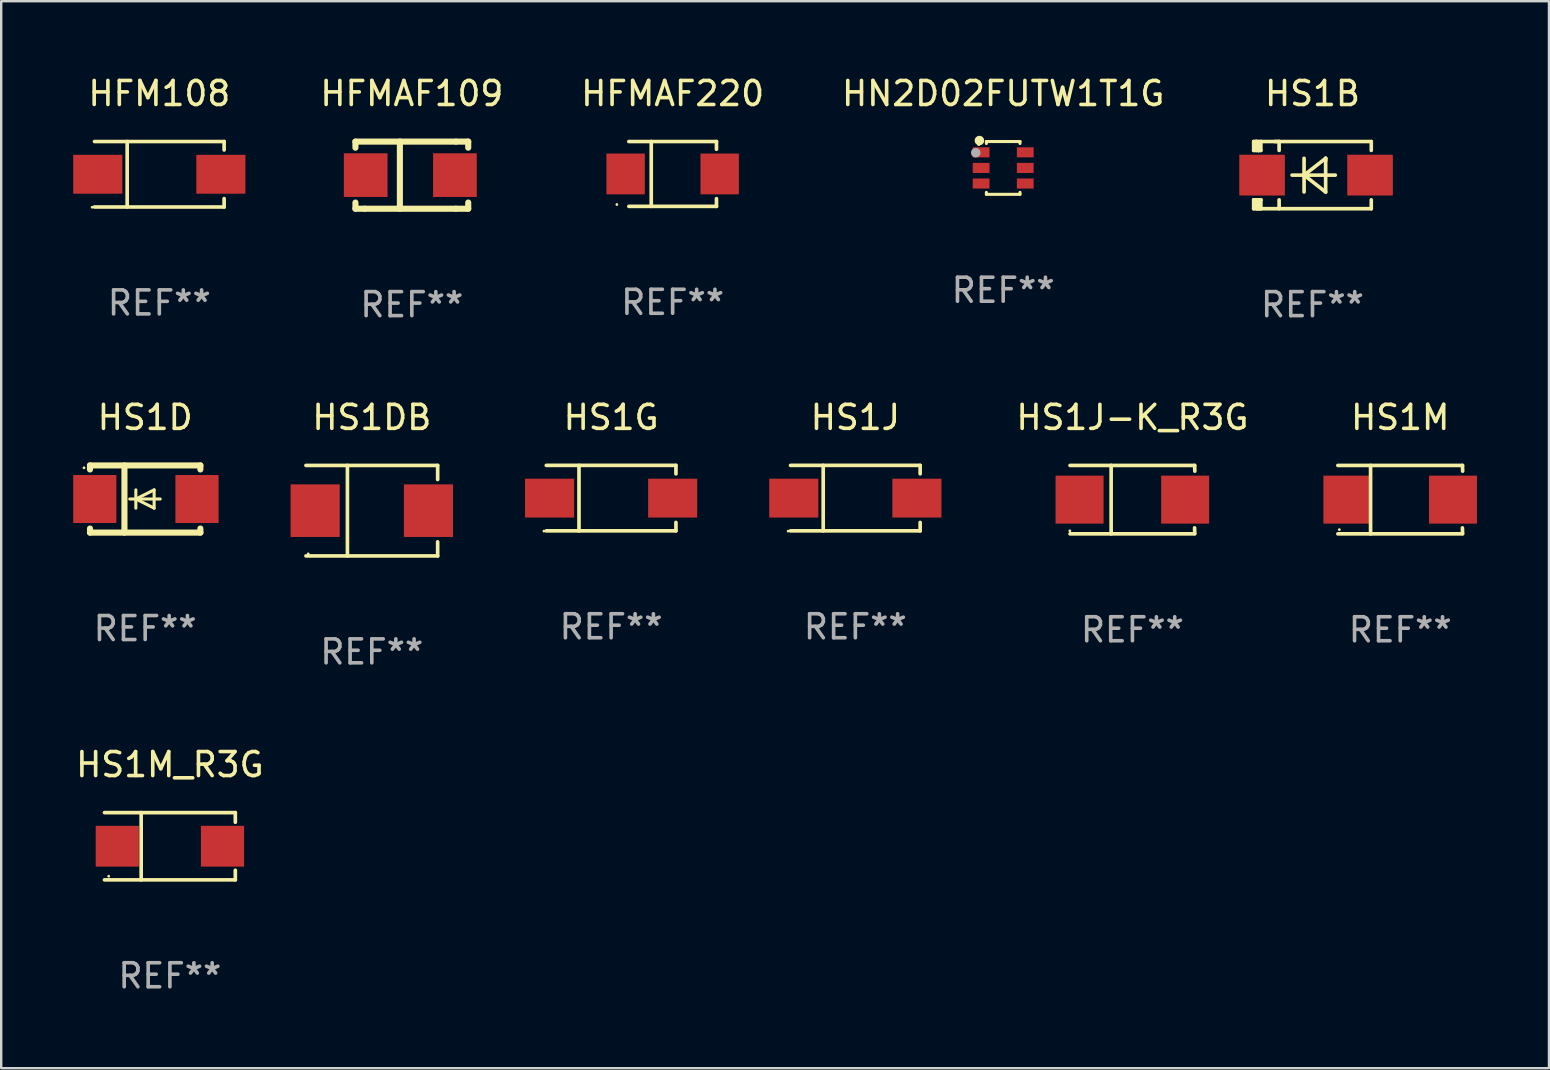
<source format=kicad_pcb>
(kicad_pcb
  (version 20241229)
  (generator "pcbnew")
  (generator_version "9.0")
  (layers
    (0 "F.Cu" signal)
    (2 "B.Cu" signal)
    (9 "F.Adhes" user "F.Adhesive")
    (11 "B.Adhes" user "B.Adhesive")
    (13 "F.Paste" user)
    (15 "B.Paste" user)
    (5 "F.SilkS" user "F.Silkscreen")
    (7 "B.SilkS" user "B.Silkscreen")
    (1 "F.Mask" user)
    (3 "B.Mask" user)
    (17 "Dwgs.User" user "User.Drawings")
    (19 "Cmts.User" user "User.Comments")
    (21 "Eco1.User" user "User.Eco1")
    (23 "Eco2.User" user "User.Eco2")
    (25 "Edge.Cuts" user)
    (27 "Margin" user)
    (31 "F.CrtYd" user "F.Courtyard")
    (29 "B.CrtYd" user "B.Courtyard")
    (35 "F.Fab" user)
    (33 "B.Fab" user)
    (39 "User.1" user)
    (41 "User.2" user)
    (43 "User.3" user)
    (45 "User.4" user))
  (footprint "HFMAF220"
    (layer "F.Cu")
    (at 24.981 4.199)
    (property "Reference" "HFMAF220" (at 0 -3.351 0) (layer "F.SilkS") (effects (font (size 1 1) (thickness 0.15))))
    (attr through_hole)
    (fp_line (start -1.826 -1.351) (end 1.826 -1.351) (stroke (width 0.152) (type solid)) (layer "F.SilkS"))
    (fp_line (start -1.826 1.351) (end 1.826 1.351) (stroke (width 0.152) (type solid)) (layer "F.SilkS"))
    (fp_line (start -0.892 -1.351) (end -0.892 1.351) (stroke (width 0.152) (type solid)) (layer "F.SilkS"))
    (fp_line (start 1.826 -1.351) (end 1.826 -1.03) (stroke (width 0.152) (type solid)) (layer "F.SilkS"))
    (fp_line (start 1.826 1.03) (end 1.826 1.351) (stroke (width 0.152) (type solid)) (layer "F.SilkS"))
    (fp_circle (center -2.325 1.275) (end -2.295 1.275) (stroke (width 0.06) (type solid)) (fill no) (layer "F.SilkS"))
    (fp_text user "REF**" (at 0 5.351 0) (layer "F.Fab") (effects (font (size 1 1) (thickness 0.15))))
    (pad "1" smd rect (at -1.96 0 180) (size 1.6 1.7) (layers "F.Cu" "F.Mask" "F.Paste"))
    (pad "2" smd rect (at 1.96 0 180) (size 1.6 1.7) (layers "F.Cu" "F.Mask" "F.Paste")))
  (footprint "HS1M"
    (layer "F.Cu")
    (at 55.302 17.771)
    (property "Reference" "HS1M" (at 0 -3.426 0) (layer "F.SilkS") (effects (font (size 1 1) (thickness 0.15))))
    (attr through_hole)
    (fp_line (start -2.6 -1.426) (end 2.593 -1.426) (stroke (width 0.152) (type solid)) (layer "F.SilkS"))
    (fp_line (start -2.6 1.426) (end 2.593 1.426) (stroke (width 0.152) (type solid)) (layer "F.SilkS"))
    (fp_line (start -1.237 -1.426) (end -1.237 1.426) (stroke (width 0.152) (type solid)) (layer "F.SilkS"))
    (fp_line (start 2.59 1.176) (end 2.597 1.415) (stroke (width 0.152) (type solid)) (layer "F.SilkS"))
    (fp_line (start 2.593 -1.426) (end 2.6 -1.187) (stroke (width 0.152) (type solid)) (layer "F.SilkS"))
    (fp_circle (center -2.54 1.25) (end -2.51 1.25) (stroke (width 0.06) (type solid)) (fill no) (layer "F.SilkS"))
    (fp_text user "REF**" (at 0 5.426 0) (layer "F.Fab") (effects (font (size 1 1) (thickness 0.15))))
    (pad "1" smd rect (at -2.203 0 180) (size 2 2) (layers "F.Cu" "F.Mask" "F.Paste"))
    (pad "2" smd rect (at 2.197 0 180) (size 2 2) (layers "F.Cu" "F.Mask" "F.Paste")))
  (footprint "HN2D02FUTW1T1G"
    (layer "F.Cu")
    (at 38.755 3.948)
    (property "Reference" "HN2D02FUTW1T1G" (at 0 -3.1 0) (layer "F.SilkS") (effects (font (size 1 1) (thickness 0.15))))
    (attr through_hole)
    (fp_line (start -0.7 -1.1) (end -0.7 -1.018) (stroke (width 0.127) (type solid)) (layer "F.SilkS"))
    (fp_line (start -0.7 -1.1) (end 0.7 -1.1) (stroke (width 0.127) (type solid)) (layer "F.SilkS"))
    (fp_line (start -0.7 1.018) (end -0.7 1.1) (stroke (width 0.127) (type solid)) (layer "F.SilkS"))
    (fp_line (start -0.7 1.1) (end 0.7 1.1) (stroke (width 0.127) (type solid)) (layer "F.SilkS"))
    (fp_line (start 0.7 -1.1) (end 0.7 -1.018) (stroke (width 0.127) (type solid)) (layer "F.SilkS"))
    (fp_line (start 0.7 1.018) (end 0.7 1.1) (stroke (width 0.127) (type solid)) (layer "F.SilkS"))
    (fp_circle (center -1.02 -0.97) (end -0.99 -0.97) (stroke (width 0.06) (type solid)) (fill no) (layer "F.SilkS"))
    (fp_circle (center -0.99 -1.14) (end -0.89 -1.14) (stroke (width 0.2) (type solid)) (fill no) (layer "F.SilkS"))
    (fp_circle (center -1.143 -0.635) (end -1.043 -0.635) (stroke (width 0.2) (type solid)) (fill no) (layer "F.Fab"))
    (fp_text user "REF**" (at 0 5.1 0) (layer "F.Fab") (effects (font (size 1 1) (thickness 0.15))))
    (pad "1" smd rect (at -0.92 -0.65) (size 0.7 0.42) (layers "F.Cu" "F.Mask" "F.Paste"))
    (pad "2" smd rect (at -0.92 0.000127) (size 0.7 0.42) (layers "F.Cu" "F.Mask" "F.Paste"))
    (pad "3" smd rect (at -0.92 0.65) (size 0.7 0.42) (layers "F.Cu" "F.Mask" "F.Paste"))
    (pad "4" smd rect (at 0.92 0.65) (size 0.7 0.42) (layers "F.Cu" "F.Mask" "F.Paste"))
    (pad "5" smd rect (at 0.92 0.000127) (size 0.7 0.42) (layers "F.Cu" "F.Mask" "F.Paste"))
    (pad "6" smd rect (at 0.92 -0.65) (size 0.7 0.42) (layers "F.Cu" "F.Mask" "F.Paste")))
  (footprint "HS1DB"
    (layer "F.Cu")
    (at 12.444 18.231)
    (property "Reference" "HS1DB" (at 0 -3.886 0) (layer "F.SilkS") (effects (font (size 1 1) (thickness 0.15))))
    (attr through_hole)
    (fp_line (start -2.744 -1.886) (end 2.744 -1.886) (stroke (width 0.152) (type solid)) (layer "F.SilkS"))
    (fp_line (start -2.744 1.886) (end 2.744 1.886) (stroke (width 0.152) (type solid)) (layer "F.SilkS"))
    (fp_line (start -1.016 -1.886) (end -1.016 1.886) (stroke (width 0.152) (type solid)) (layer "F.SilkS"))
    (fp_line (start 2.744 -1.886) (end 2.744 -1.299) (stroke (width 0.152) (type solid)) (layer "F.SilkS"))
    (fp_line (start 2.744 1.886) (end 2.744 1.299) (stroke (width 0.152) (type solid)) (layer "F.SilkS"))
    (fp_circle (center -2.65 1.8) (end -2.62 1.8) (stroke (width 0.06) (type solid)) (fill no) (layer "F.SilkS"))
    (fp_text user "REF**" (at 0 5.886 0) (layer "F.Fab") (effects (font (size 1 1) (thickness 0.15))))
    (pad "1" smd rect (at -2.361 0) (size 2.047 2.192) (layers "F.Cu" "F.Mask" "F.Paste"))
    (pad "2" smd rect (at 2.361 0) (size 2.047 2.192) (layers "F.Cu" "F.Mask" "F.Paste")))
  (footprint "HS1D"
    (layer "F.Cu")
    (at 3 17.745)
    (property "Reference" "HS1D" (at 0 -3.4 0) (layer "F.SilkS") (effects (font (size 1 1) (thickness 0.15))))
    (attr through_hole)
    (fp_line (start -2.3 -1.4) (end -2.3 -1.231) (stroke (width 0.254) (type solid)) (layer "F.SilkS"))
    (fp_line (start -2.3 -1.4) (end 2.3 -1.4) (stroke (width 0.254) (type solid)) (layer "F.SilkS"))
    (fp_line (start -2.3 1.231) (end -2.3 1.4) (stroke (width 0.254) (type solid)) (layer "F.SilkS"))
    (fp_line (start -2.3 1.4) (end 2.3 1.4) (stroke (width 0.254) (type solid)) (layer "F.SilkS"))
    (fp_line (start -0.864 1.4) (end -0.864 -1.4) (stroke (width 0.254) (type solid)) (layer "F.SilkS"))
    (fp_line (start -0.389 0) (end -0.389 -0.381) (stroke (width 0.127) (type solid)) (layer "F.SilkS"))
    (fp_line (start -0.389 0) (end -0.389 0.381) (stroke (width 0.127) (type solid)) (layer "F.SilkS"))
    (fp_line (start 0.373 -0.381) (end -0.389 0) (stroke (width 0.127) (type solid)) (layer "F.SilkS"))
    (fp_line (start 0.373 0) (end 0.373 -0.381) (stroke (width 0.127) (type solid)) (layer "F.SilkS"))
    (fp_line (start 0.373 0) (end 0.373 0.381) (stroke (width 0.127) (type solid)) (layer "F.SilkS"))
    (fp_line (start 0.373 0.381) (end -0.389 0) (stroke (width 0.127) (type solid)) (layer "F.SilkS"))
    (fp_line (start 0.627 0) (end -0.643 0) (stroke (width 0.127) (type solid)) (layer "F.SilkS"))
    (fp_line (start 2.3 -1.4) (end 2.3 -1.231) (stroke (width 0.254) (type solid)) (layer "F.SilkS"))
    (fp_line (start 2.3 1.231) (end 2.3 1.4) (stroke (width 0.254) (type solid)) (layer "F.SilkS"))
    (fp_circle (center -2.55 -1.3) (end -2.52 -1.3) (stroke (width 0.06) (type solid)) (fill no) (layer "F.SilkS"))
    (fp_text user "REF**" (at 0 5.4 0) (layer "F.Fab") (effects (font (size 1 1) (thickness 0.15))))
    (pad "1" smd rect (at -2.1 0 180) (size 1.8 2) (layers "F.Cu" "F.Mask" "F.Paste"))
    (pad "2" smd rect (at 2.159 0 180) (size 1.8 2) (layers "F.Cu" "F.Mask" "F.Paste")))
  (footprint "HS1G"
    (layer "F.Cu")
    (at 22.417 17.708)
    (property "Reference" "HS1G" (at 0 -3.364 0) (layer "F.SilkS") (effects (font (size 1 1) (thickness 0.15))))
    (attr through_hole)
    (fp_line (start -2.701 -1.364) (end 2.701 -1.364) (stroke (width 0.152) (type solid)) (layer "F.SilkS"))
    (fp_line (start -2.701 1.364) (end 2.701 1.364) (stroke (width 0.152) (type solid)) (layer "F.SilkS"))
    (fp_line (start -1.339 -1.364) (end -1.339 1.364) (stroke (width 0.152) (type solid)) (layer "F.SilkS"))
    (fp_line (start 2.701 -1.364) (end 2.701 -1.013) (stroke (width 0.152) (type solid)) (layer "F.SilkS"))
    (fp_line (start 2.701 1.364) (end 2.701 1.013) (stroke (width 0.152) (type solid)) (layer "F.SilkS"))
    (fp_circle (center -2.8 1.375) (end -2.77 1.375) (stroke (width 0.06) (type solid)) (fill no) (layer "F.SilkS"))
    (fp_text user "REF**" (at 0 5.364 0) (layer "F.Fab") (effects (font (size 1 1) (thickness 0.15))))
    (pad "1" smd rect (at -2.565 -0.000025) (size 2.046 1.62) (layers "F.Cu" "F.Mask" "F.Paste"))
    (pad "2" smd rect (at 2.565 -0.000025) (size 2.046 1.62) (layers "F.Cu" "F.Mask" "F.Paste")))
  (footprint "HFM108"
    (layer "F.Cu")
    (at 3.589 4.212)
    (property "Reference" "HFM108" (at 0 -3.364 0) (layer "F.SilkS") (effects (font (size 1 1) (thickness 0.15))))
    (attr through_hole)
    (fp_line (start -2.701 -1.364) (end 2.701 -1.364) (stroke (width 0.152) (type solid)) (layer "F.SilkS"))
    (fp_line (start -2.701 1.364) (end 2.701 1.364) (stroke (width 0.152) (type solid)) (layer "F.SilkS"))
    (fp_line (start -1.339 -1.364) (end -1.339 1.364) (stroke (width 0.152) (type solid)) (layer "F.SilkS"))
    (fp_line (start 2.701 -1.364) (end 2.701 -1.013) (stroke (width 0.152) (type solid)) (layer "F.SilkS"))
    (fp_line (start 2.701 1.364) (end 2.701 1.013) (stroke (width 0.152) (type solid)) (layer "F.SilkS"))
    (fp_circle (center -2.8 1.375) (end -2.77 1.375) (stroke (width 0.06) (type solid)) (fill no) (layer "F.SilkS"))
    (fp_text user "REF**" (at 0 5.364 0) (layer "F.Fab") (effects (font (size 1 1) (thickness 0.15))))
    (pad "1" smd rect (at -2.565 -0.000025) (size 2.046 1.62) (layers "F.Cu" "F.Mask" "F.Paste"))
    (pad "2" smd rect (at 2.565 -0.000025) (size 2.046 1.62) (layers "F.Cu" "F.Mask" "F.Paste")))
  (footprint "HS1M_R3G"
    (layer "F.Cu")
    (at 4.03 32.215)
    (property "Reference" "HS1M_R3G" (at 0 -3.401 0) (layer "F.SilkS") (effects (font (size 1 1) (thickness 0.15))))
    (attr through_hole)
    (fp_line (start -2.726 -1.401) (end 2.726 -1.401) (stroke (width 0.152) (type solid)) (layer "F.SilkS"))
    (fp_line (start -2.726 1.401) (end 2.726 1.401) (stroke (width 0.152) (type solid)) (layer "F.SilkS"))
    (fp_line (start -1.197 -1.401) (end -1.197 1.401) (stroke (width 0.152) (type solid)) (layer "F.SilkS"))
    (fp_line (start 2.726 -1.401) (end 2.726 -1) (stroke (width 0.152) (type solid)) (layer "F.SilkS"))
    (fp_line (start 2.726 1.401) (end 2.726 1) (stroke (width 0.152) (type solid)) (layer "F.SilkS"))
    (fp_circle (center -2.55 1.25) (end -2.52 1.25) (stroke (width 0.06) (type solid)) (fill no) (layer "F.SilkS"))
    (fp_text user "REF**" (at 0 5.401 0) (layer "F.Fab") (effects (font (size 1 1) (thickness 0.15))))
    (pad "1" smd rect (at -2.192 0) (size 1.8 1.7) (layers "F.Cu" "F.Mask" "F.Paste"))
    (pad "2" smd rect (at 2.192 0) (size 1.8 1.7) (layers "F.Cu" "F.Mask" "F.Paste")))
  (footprint "HS1B"
    (layer "F.Cu")
    (at 51.644 4.248)
    (property "Reference" "HS1B" (at 0 -3.4 0) (layer "F.SilkS") (effects (font (size 1 1) (thickness 0.15))))
    (attr through_hole)
    (fp_line (start -2.45 -1.4) (end -2.45 -1.03) (stroke (width 0.152) (type solid)) (layer "F.SilkS"))
    (fp_line (start -2.45 -1.03) (end -2.246 -1.03) (stroke (width 0.152) (type solid)) (layer "F.SilkS"))
    (fp_line (start -2.45 1.03) (end -2.45 1.4) (stroke (width 0.152) (type solid)) (layer "F.SilkS"))
    (fp_line (start -2.45 1.03) (end -2.15 1.03) (stroke (width 0.152) (type solid)) (layer "F.SilkS"))
    (fp_line (start -2.45 1.4) (end -2.15 1.4) (stroke (width 0.152) (type solid)) (layer "F.SilkS"))
    (fp_line (start -2.35 -1.4) (end -2.45 -1.4) (stroke (width 0.152) (type solid)) (layer "F.SilkS"))
    (fp_line (start -2.35 -1.4) (end -2.332 -1.4) (stroke (width 0.152) (type solid)) (layer "F.SilkS"))
    (fp_line (start -2.332 -1.4) (end -2.332 -1.03) (stroke (width 0.152) (type solid)) (layer "F.SilkS"))
    (fp_line (start -2.332 1.03) (end -2.332 1.4) (stroke (width 0.152) (type solid)) (layer "F.SilkS"))
    (fp_line (start -2.297 1.4) (end -2.246 1.4) (stroke (width 0.152) (type solid)) (layer "F.SilkS"))
    (fp_line (start -2.246 -1.03) (end -2.246 -1.4) (stroke (width 0.152) (type solid)) (layer "F.SilkS"))
    (fp_line (start -2.246 -1.029) (end -2.246 -1.03) (stroke (width 0.152) (type solid)) (layer "F.SilkS"))
    (fp_line (start -2.246 1.4) (end -2.246 1.03) (stroke (width 0.152) (type solid)) (layer "F.SilkS"))
    (fp_line (start -2.15 -1.4) (end -2.35 -1.4) (stroke (width 0.152) (type solid)) (layer "F.SilkS"))
    (fp_line (start -2.15 -1.4) (end 2.45 -1.4) (stroke (width 0.152) (type solid)) (layer "F.SilkS"))
    (fp_line (start -2.15 -1.029) (end -2.246 -1.029) (stroke (width 0.152) (type solid)) (layer "F.SilkS"))
    (fp_line (start -2.15 -1.029) (end -2.15 -1.4) (stroke (width 0.15) (type solid)) (layer "F.SilkS"))
    (fp_line (start -2.15 1.03) (end -2.15 1.029) (stroke (width 0.152) (type solid)) (layer "F.SilkS"))
    (fp_line (start -2.15 1.4) (end -2.15 1.029) (stroke (width 0.15) (type solid)) (layer "F.SilkS"))
    (fp_line (start -2.15 1.4) (end 2.45 1.4) (stroke (width 0.152) (type solid)) (layer "F.SilkS"))
    (fp_line (start -1.569 -1.4) (end -1.39 -1.4) (stroke (width 0.152) (type solid)) (layer "F.SilkS"))
    (fp_line (start -1.39 -1.4) (end -1.39 -1.03) (stroke (width 0.152) (type solid)) (layer "F.SilkS"))
    (fp_line (start -1.39 1.03) (end -1.39 1.4) (stroke (width 0.152) (type solid)) (layer "F.SilkS"))
    (fp_line (start -0.35 -0.7) (end -0.35 0.7) (stroke (width 0.152) (type solid)) (layer "F.SilkS"))
    (fp_line (start -0.35 0) (end 0.549 -0.701) (stroke (width 0.152) (type solid)) (layer "F.SilkS"))
    (fp_line (start 0.549 -0.701) (end 0.549 -0.599) (stroke (width 0.152) (type solid)) (layer "F.SilkS"))
    (fp_line (start 0.549 -0.701) (end 0.549 0.706) (stroke (width 0.152) (type solid)) (layer "F.SilkS"))
    (fp_line (start 0.549 0.706) (end -0.35 0) (stroke (width 0.152) (type solid)) (layer "F.SilkS"))
    (fp_line (start 0.95 0) (end -0.85 0) (stroke (width 0.152) (type solid)) (layer "F.SilkS"))
    (fp_line (start 2.45 -1.4) (end 2.45 -1.029) (stroke (width 0.15) (type solid)) (layer "F.SilkS"))
    (fp_line (start 2.45 1.029) (end 2.45 1.4) (stroke (width 0.15) (type solid)) (layer "F.SilkS"))
    (fp_circle (center -2.393 1.3) (end -2.363 1.3) (stroke (width 0.06) (type solid)) (fill no) (layer "F.SilkS"))
    (fp_text user "REF**" (at 0 5.4 0) (layer "F.Fab") (effects (font (size 1 1) (thickness 0.15))))
    (pad "1" smd rect (at -2.1 0 180) (size 1.9 1.7) (layers "F.Cu" "F.Mask" "F.Paste"))
    (pad "2" smd rect (at 2.4 0 180) (size 1.9 1.7) (layers "F.Cu" "F.Mask" "F.Paste")))
  (footprint "HS1J-K_R3G"
    (layer "F.Cu")
    (at 44.141 17.771)
    (property "Reference" "HS1J-K_R3G" (at 0 -3.426 0) (layer "F.SilkS") (effects (font (size 1 1) (thickness 0.15))))
    (attr through_hole)
    (fp_line (start -2.6 -1.426) (end 2.593 -1.426) (stroke (width 0.152) (type solid)) (layer "F.SilkS"))
    (fp_line (start -2.6 1.426) (end 2.593 1.426) (stroke (width 0.152) (type solid)) (layer "F.SilkS"))
    (fp_line (start -0.887 -1.426) (end -0.887 1.426) (stroke (width 0.152) (type solid)) (layer "F.SilkS"))
    (fp_line (start 2.59 1.176) (end 2.597 1.415) (stroke (width 0.152) (type solid)) (layer "F.SilkS"))
    (fp_line (start 2.593 -1.426) (end 2.6 -1.187) (stroke (width 0.152) (type solid)) (layer "F.SilkS"))
    (fp_circle (center -2.608 1.3) (end -2.578 1.3) (stroke (width 0.06) (type solid)) (fill no) (layer "F.SilkS"))
    (fp_text user "REF**" (at 0 5.426 0) (layer "F.Fab") (effects (font (size 1 1) (thickness 0.15))))
    (pad "1" smd rect (at -2.203 0 180) (size 2 2) (layers "F.Cu" "F.Mask" "F.Paste"))
    (pad "2" smd rect (at 2.197 0 180) (size 2 2) (layers "F.Cu" "F.Mask" "F.Paste")))
  (footprint "HS1J"
    (layer "F.Cu")
    (at 32.594 17.708)
    (property "Reference" "HS1J" (at 0 -3.364 0) (layer "F.SilkS") (effects (font (size 1 1) (thickness 0.15))))
    (attr through_hole)
    (fp_line (start -2.701 -1.364) (end 2.701 -1.364) (stroke (width 0.152) (type solid)) (layer "F.SilkS"))
    (fp_line (start -2.701 1.364) (end 2.701 1.364) (stroke (width 0.152) (type solid)) (layer "F.SilkS"))
    (fp_line (start -1.339 -1.364) (end -1.339 1.364) (stroke (width 0.152) (type solid)) (layer "F.SilkS"))
    (fp_line (start 2.701 -1.364) (end 2.701 -1.013) (stroke (width 0.152) (type solid)) (layer "F.SilkS"))
    (fp_line (start 2.701 1.364) (end 2.701 1.013) (stroke (width 0.152) (type solid)) (layer "F.SilkS"))
    (fp_circle (center -2.8 1.375) (end -2.77 1.375) (stroke (width 0.06) (type solid)) (fill no) (layer "F.SilkS"))
    (fp_text user "REF**" (at 0 5.364 0) (layer "F.Fab") (effects (font (size 1 1) (thickness 0.15))))
    (pad "1" smd rect (at -2.565 -0.000025) (size 2.046 1.62) (layers "F.Cu" "F.Mask" "F.Paste"))
    (pad "2" smd rect (at 2.565 -0.000025) (size 2.046 1.62) (layers "F.Cu" "F.Mask" "F.Paste")))
  (footprint "HFMAF109"
    (layer "F.Cu")
    (at 14.112 4.248)
    (property "Reference" "HFMAF109" (at 0 -3.4 0) (layer "F.SilkS") (effects (font (size 1 1) (thickness 0.15))))
    (attr through_hole)
    (fp_line (start -2.35 -1.397) (end -2.35 -1.143) (stroke (width 0.254) (type solid)) (layer "F.SilkS"))
    (fp_line (start -2.35 1.4) (end -2.35 1.143) (stroke (width 0.254) (type solid)) (layer "F.SilkS"))
    (fp_line (start -1.964 1.4) (end -2.35 1.4) (stroke (width 0.254) (type solid)) (layer "F.SilkS"))
    (fp_line (start -1.964 1.4) (end 1.837 1.4) (stroke (width 0.254) (type solid)) (layer "F.SilkS"))
    (fp_line (start -0.498 -1.4) (end -0.498 1.4) (stroke (width 0.254) (type solid)) (layer "F.SilkS"))
    (fp_line (start 1.837 1.4) (end 2.35 1.4) (stroke (width 0.254) (type solid)) (layer "F.SilkS"))
    (fp_line (start 1.842 -1.397) (end -2.35 -1.397) (stroke (width 0.254) (type solid)) (layer "F.SilkS"))
    (fp_line (start 1.842 -1.397) (end 2.35 -1.397) (stroke (width 0.254) (type solid)) (layer "F.SilkS"))
    (fp_line (start 2.35 -1.397) (end 2.35 -1.143) (stroke (width 0.254) (type solid)) (layer "F.SilkS"))
    (fp_line (start 2.35 1.4) (end 2.35 1.143) (stroke (width 0.254) (type solid)) (layer "F.SilkS"))
    (fp_circle (center -2.355 1.25) (end -2.325 1.25) (stroke (width 0.06) (type solid)) (fill no) (layer "F.SilkS"))
    (fp_text user "REF**" (at 0 5.4 0) (layer "F.Fab") (effects (font (size 1 1) (thickness 0.15))))
    (pad "1" smd rect (at -1.923 -0.000076) (size 1.82 1.82) (layers "F.Cu" "F.Mask" "F.Paste"))
    (pad "2" smd rect (at 1.796 -0.000076) (size 1.82 1.82) (layers "F.Cu" "F.Mask" "F.Paste")))
  (gr_rect
    (start -3 -3)
    (end 61.499 41.464)
    (stroke (width 0.1) (type default))
    (fill no)
    (layer "Edge.Cuts")))
</source>
